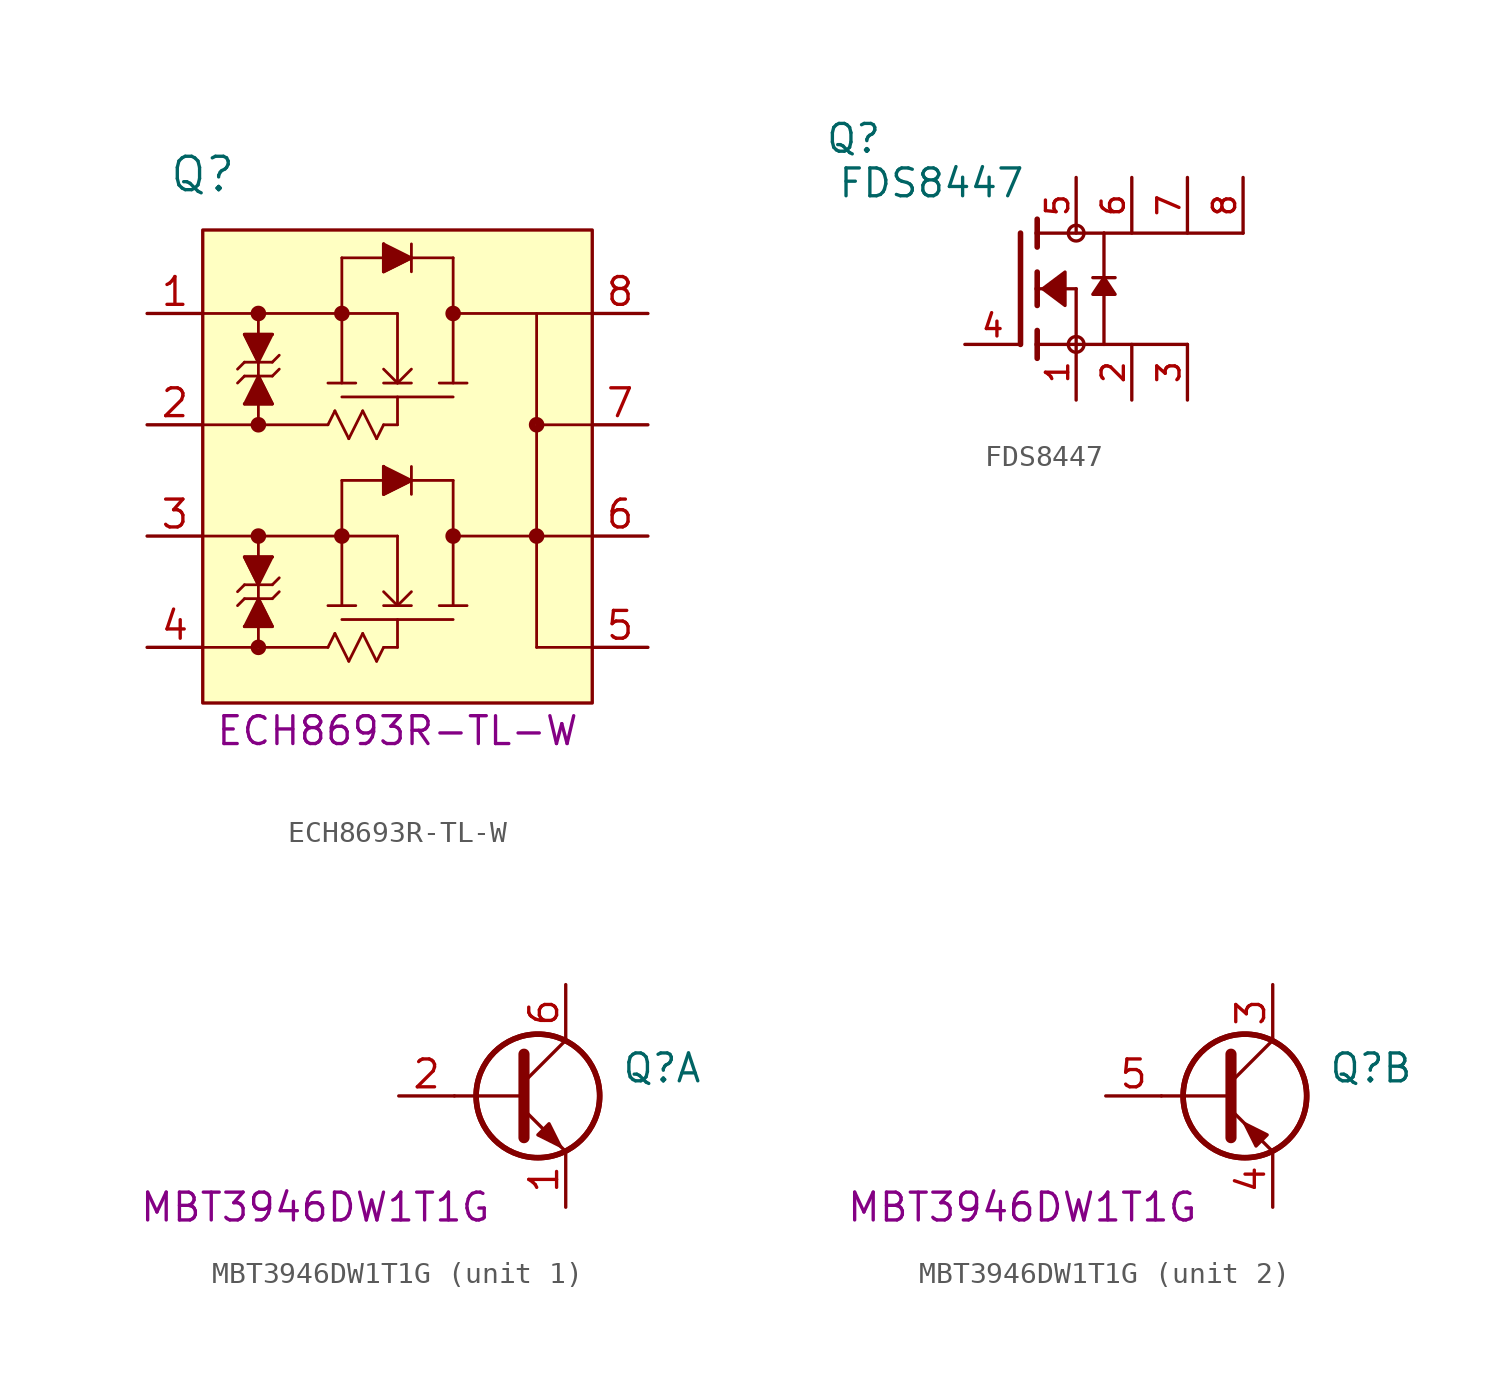
<source format=kicad_sym>
(kicad_symbol_lib
  (version 20241209)
  (generator "kicad_symbol_editor")
  (generator_version "9.0")
  (symbol "ECH8693R-TL-W"
    (pin_names
      (offset 0.254))
    (property "Reference" "Q"
      (at 2.54 6.35 0)
      (effects (font (size 1.524 1.524))))
    (property "PartNumber" "ECH8693R-TL-W"
      (at 11.43 -19.05 0)
      (effects (font (size 1.27 1.27))))
    (symbol "ECH8693R-TL-W_0_1"
      (polyline (pts (xy 2.54 0) (xy 11.43 0)) (stroke (width 0.127) (type default)) (fill (type none)))
      (polyline (pts (xy 2.54 -10.16) (xy 11.43 -10.16)) (stroke (width 0.127) (type default)) (fill (type none)))
      (polyline (pts (xy 4.445 -2.223) (xy 4.128 -2.54)) (stroke (width 0.127) (type default)) (fill (type none)))
      (polyline (pts (xy 4.445 -2.857) (xy 4.128 -3.175)) (stroke (width 0.127) (type default)) (fill (type none)))
      (polyline (pts (xy 4.445 -2.857) (xy 5.715 -2.857)) (stroke (width 0.127) (type default)) (fill (type none)))
      (polyline (pts (xy 4.445 -4.128) (xy 5.08 -2.857)) (stroke (width 0.127) (type default)) (fill (type none)))
      (polyline (pts (xy 4.445 -4.128) (xy 5.715 -4.128)) (stroke (width 0.127) (type default)) (fill (type none)))
      (polyline (pts (xy 4.445 -4.128) (xy 5.715 -4.128) (xy 5.08 -2.857)) (stroke (width 0) (type default)) (fill (type outline)))
      (polyline (pts (xy 4.445 -12.383) (xy 4.128 -12.7)) (stroke (width 0.127) (type default)) (fill (type none)))
      (polyline (pts (xy 4.445 -13.018) (xy 4.128 -13.335)) (stroke (width 0.127) (type default)) (fill (type none)))
      (polyline (pts (xy 4.445 -13.018) (xy 5.715 -13.018)) (stroke (width 0.127) (type default)) (fill (type none)))
      (polyline (pts (xy 4.445 -14.287) (xy 5.08 -13.018)) (stroke (width 0.127) (type default)) (fill (type none)))
      (polyline (pts (xy 4.445 -14.287) (xy 5.715 -14.287)) (stroke (width 0.127) (type default)) (fill (type none)))
      (polyline (pts (xy 4.445 -14.287) (xy 5.715 -14.287) (xy 5.08 -13.018)) (stroke (width 0) (type default)) (fill (type outline)))
      (polyline (pts (xy 5.08 0) (xy 5.08 -5.08)) (stroke (width 0.127) (type default)) (fill (type none)))
      (circle (center 5.08 0) (radius 0.203) (stroke (width 0.305) (type default)) (fill (type none)))
      (polyline (pts (xy 5.08 -2.223) (xy 4.445 -0.953)) (stroke (width 0.127) (type default)) (fill (type none)))
      (polyline (pts (xy 5.08 -2.857) (xy 5.715 -4.128)) (stroke (width 0.127) (type default)) (fill (type none)))
      (circle (center 5.08 -5.08) (radius 0.203) (stroke (width 0.305) (type default)) (fill (type none)))
      (polyline (pts (xy 5.08 -10.16) (xy 5.08 -15.24)) (stroke (width 0.127) (type default)) (fill (type none)))
      (circle (center 5.08 -10.16) (radius 0.203) (stroke (width 0.305) (type default)) (fill (type none)))
      (polyline (pts (xy 5.08 -12.383) (xy 4.445 -11.113)) (stroke (width 0.127) (type default)) (fill (type none)))
      (polyline (pts (xy 5.08 -13.018) (xy 5.715 -14.287)) (stroke (width 0.127) (type default)) (fill (type none)))
      (circle (center 5.08 -15.24) (radius 0.203) (stroke (width 0.305) (type default)) (fill (type none)))
      (polyline (pts (xy 5.715 -0.953) (xy 4.445 -0.953)) (stroke (width 0.127) (type default)) (fill (type none)))
      (polyline (pts (xy 5.715 -0.953) (xy 5.08 -2.223)) (stroke (width 0.127) (type default)) (fill (type none)))
      (polyline (pts (xy 5.715 -0.953) (xy 4.445 -0.953) (xy 5.08 -2.223)) (stroke (width 0) (type default)) (fill (type outline)))
      (polyline (pts (xy 5.715 -2.223) (xy 4.445 -2.223)) (stroke (width 0.127) (type default)) (fill (type none)))
      (polyline (pts (xy 5.715 -2.223) (xy 6.032 -1.905)) (stroke (width 0.127) (type default)) (fill (type none)))
      (polyline (pts (xy 5.715 -2.857) (xy 6.032 -2.54)) (stroke (width 0.127) (type default)) (fill (type none)))
      (polyline (pts (xy 5.715 -11.113) (xy 4.445 -11.113)) (stroke (width 0.127) (type default)) (fill (type none)))
      (polyline (pts (xy 5.715 -11.113) (xy 5.08 -12.383)) (stroke (width 0.127) (type default)) (fill (type none)))
      (polyline (pts (xy 5.715 -11.113) (xy 4.445 -11.113) (xy 5.08 -12.383)) (stroke (width 0) (type default)) (fill (type outline)))
      (polyline (pts (xy 5.715 -12.383) (xy 4.445 -12.383)) (stroke (width 0.127) (type default)) (fill (type none)))
      (polyline (pts (xy 5.715 -12.383) (xy 6.032 -12.065)) (stroke (width 0.127) (type default)) (fill (type none)))
      (polyline (pts (xy 5.715 -13.018) (xy 6.032 -12.7)) (stroke (width 0.127) (type default)) (fill (type none)))
      (polyline (pts (xy 8.255 -3.175) (xy 9.525 -3.175)) (stroke (width 0.127) (type default)) (fill (type none)))
      (polyline (pts (xy 8.255 -5.08) (xy 2.54 -5.08)) (stroke (width 0.127) (type default)) (fill (type none)))
      (polyline (pts (xy 8.255 -5.08) (xy 8.572 -4.445)) (stroke (width 0.127) (type default)) (fill (type none)))
      (polyline (pts (xy 8.255 -13.335) (xy 9.525 -13.335)) (stroke (width 0.127) (type default)) (fill (type none)))
      (polyline (pts (xy 8.255 -15.24) (xy 2.54 -15.24)) (stroke (width 0.127) (type default)) (fill (type none)))
      (polyline (pts (xy 8.255 -15.24) (xy 8.572 -14.605)) (stroke (width 0.127) (type default)) (fill (type none)))
      (polyline (pts (xy 8.572 -4.445) (xy 9.207 -5.715)) (stroke (width 0.127) (type default)) (fill (type none)))
      (polyline (pts (xy 8.572 -14.605) (xy 9.207 -15.875)) (stroke (width 0.127) (type default)) (fill (type none)))
      (polyline (pts (xy 8.89 2.54) (xy 8.89 -3.175)) (stroke (width 0.127) (type default)) (fill (type none)))
      (polyline (pts (xy 8.89 2.54) (xy 13.97 2.54)) (stroke (width 0.127) (type default)) (fill (type none)))
      (circle (center 8.89 0) (radius 0.203) (stroke (width 0.305) (type default)) (fill (type none)))
      (polyline (pts (xy 8.89 -3.81) (xy 13.97 -3.81)) (stroke (width 0.127) (type default)) (fill (type none)))
      (polyline (pts (xy 8.89 -7.62) (xy 8.89 -13.335)) (stroke (width 0.127) (type default)) (fill (type none)))
      (polyline (pts (xy 8.89 -7.62) (xy 13.97 -7.62)) (stroke (width 0.127) (type default)) (fill (type none)))
      (circle (center 8.89 -10.16) (radius 0.203) (stroke (width 0.305) (type default)) (fill (type none)))
      (polyline (pts (xy 8.89 -13.97) (xy 13.97 -13.97)) (stroke (width 0.127) (type default)) (fill (type none)))
      (polyline (pts (xy 9.207 -5.715) (xy 9.842 -4.445)) (stroke (width 0.127) (type default)) (fill (type none)))
      (polyline (pts (xy 9.207 -15.875) (xy 9.842 -14.605)) (stroke (width 0.127) (type default)) (fill (type none)))
      (polyline (pts (xy 9.842 -4.445) (xy 10.477 -5.715)) (stroke (width 0.127) (type default)) (fill (type none)))
      (polyline (pts (xy 9.842 -14.605) (xy 10.477 -15.875)) (stroke (width 0.127) (type default)) (fill (type none)))
      (polyline (pts (xy 10.477 -5.715) (xy 10.795 -5.08)) (stroke (width 0.127) (type default)) (fill (type none)))
      (polyline (pts (xy 10.477 -15.875) (xy 10.795 -15.24)) (stroke (width 0.127) (type default)) (fill (type none)))
      (polyline (pts (xy 10.795 3.175) (xy 10.795 1.905)) (stroke (width 0.127) (type default)) (fill (type none)))
      (polyline (pts (xy 10.795 3.175) (xy 12.065 2.54)) (stroke (width 0.127) (type default)) (fill (type none)))
      (polyline (pts (xy 10.795 3.175) (xy 10.795 1.905) (xy 12.065 2.54)) (stroke (width 0) (type default)) (fill (type outline)))
      (polyline (pts (xy 10.795 -3.175) (xy 12.065 -3.175)) (stroke (width 0.127) (type default)) (fill (type none)))
      (polyline (pts (xy 10.795 -5.08) (xy 11.43 -5.08)) (stroke (width 0.127) (type default)) (fill (type none)))
      (polyline (pts (xy 10.795 -6.985) (xy 10.795 -8.255)) (stroke (width 0.127) (type default)) (fill (type none)))
      (polyline (pts (xy 10.795 -6.985) (xy 12.065 -7.62)) (stroke (width 0.127) (type default)) (fill (type none)))
      (polyline (pts (xy 10.795 -6.985) (xy 10.795 -8.255) (xy 12.065 -7.62)) (stroke (width 0) (type default)) (fill (type outline)))
      (polyline (pts (xy 10.795 -13.335) (xy 12.065 -13.335)) (stroke (width 0.127) (type default)) (fill (type none)))
      (polyline (pts (xy 10.795 -15.24) (xy 11.43 -15.24)) (stroke (width 0.127) (type default)) (fill (type none)))
      (polyline (pts (xy 11.43 0) (xy 11.43 -3.175)) (stroke (width 0.127) (type default)) (fill (type none)))
      (polyline (pts (xy 11.43 -3.175) (xy 10.795 -2.54)) (stroke (width 0.127) (type default)) (fill (type none)))
      (polyline (pts (xy 11.43 -3.175) (xy 12.065 -2.54)) (stroke (width 0.127) (type default)) (fill (type none)))
      (polyline (pts (xy 11.43 -5.08) (xy 11.43 -3.81)) (stroke (width 0.127) (type default)) (fill (type none)))
      (polyline (pts (xy 11.43 -10.16) (xy 11.43 -13.335)) (stroke (width 0.127) (type default)) (fill (type none)))
      (polyline (pts (xy 11.43 -13.335) (xy 10.795 -12.7)) (stroke (width 0.127) (type default)) (fill (type none)))
      (polyline (pts (xy 11.43 -13.335) (xy 12.065 -12.7)) (stroke (width 0.127) (type default)) (fill (type none)))
      (polyline (pts (xy 11.43 -15.24) (xy 11.43 -13.97)) (stroke (width 0.127) (type default)) (fill (type none)))
      (polyline (pts (xy 12.065 3.175) (xy 12.065 1.905)) (stroke (width 0.127) (type default)) (fill (type none)))
      (polyline (pts (xy 12.065 2.54) (xy 10.795 1.905)) (stroke (width 0.127) (type default)) (fill (type none)))
      (polyline (pts (xy 12.065 -6.985) (xy 12.065 -8.255)) (stroke (width 0.127) (type default)) (fill (type none)))
      (polyline (pts (xy 12.065 -7.62) (xy 10.795 -8.255)) (stroke (width 0.127) (type default)) (fill (type none)))
      (polyline (pts (xy 13.335 -3.175) (xy 14.605 -3.175)) (stroke (width 0.127) (type default)) (fill (type none)))
      (polyline (pts (xy 13.335 -13.335) (xy 14.605 -13.335)) (stroke (width 0.127) (type default)) (fill (type none)))
      (polyline (pts (xy 13.97 2.54) (xy 13.97 -3.175)) (stroke (width 0.127) (type default)) (fill (type none)))
      (polyline (pts (xy 13.97 0) (xy 20.32 0)) (stroke (width 0.127) (type default)) (fill (type none)))
      (circle (center 13.97 0) (radius 0.203) (stroke (width 0.305) (type default)) (fill (type none)))
      (polyline (pts (xy 13.97 -7.62) (xy 13.97 -13.335)) (stroke (width 0.127) (type default)) (fill (type none)))
      (circle (center 13.97 -10.16) (radius 0.203) (stroke (width 0.305) (type default)) (fill (type none)))
      (polyline (pts (xy 17.78 0) (xy 17.78 -15.24)) (stroke (width 0.127) (type default)) (fill (type none)))
      (polyline (pts (xy 17.78 -5.08) (xy 20.32 -5.08)) (stroke (width 0.127) (type default)) (fill (type none)))
      (circle (center 17.78 -5.08) (radius 0.203) (stroke (width 0.305) (type default)) (fill (type none)))
      (circle (center 17.78 -10.16) (radius 0.203) (stroke (width 0.305) (type default)) (fill (type none)))
      (polyline (pts (xy 17.78 -15.24) (xy 20.32 -15.24)) (stroke (width 0.127) (type default)) (fill (type none)))
      (polyline (pts (xy 20.32 -10.16) (xy 13.97 -10.16)) (stroke (width 0.127) (type default)) (fill (type none))))
    (symbol "ECH8693R-TL-W_1_1"
      (rectangle (start 2.54 3.81) (end 20.32 -17.78) (stroke (width 0) (type default)) (fill (type background)))
      (pin passive line (at 0 0 0) (length 2.54) (name "" (effects (font (size 1.27 1.27)))) (number "1" (effects (font (size 1.27 1.27)))))
      (pin passive line (at 0 -5.08 0) (length 2.54) (name "" (effects (font (size 1.27 1.27)))) (number "2" (effects (font (size 1.27 1.27)))))
      (pin passive line (at 0 -10.16 0) (length 2.54) (name "" (effects (font (size 1.27 1.27)))) (number "3" (effects (font (size 1.27 1.27)))))
      (pin passive line (at 0 -15.24 0) (length 2.54) (name "" (effects (font (size 1.27 1.27)))) (number "4" (effects (font (size 1.27 1.27)))))
      (pin passive line (at 22.86 0 180) (length 2.54) (name "" (effects (font (size 1.27 1.27)))) (number "8" (effects (font (size 1.27 1.27)))))
      (pin passive line (at 22.86 -5.08 180) (length 2.54) (name "" (effects (font (size 1.27 1.27)))) (number "7" (effects (font (size 1.27 1.27)))))
      (pin passive line (at 22.86 -10.16 180) (length 2.54) (name "" (effects (font (size 1.27 1.27)))) (number "6" (effects (font (size 1.27 1.27)))))
      (pin passive line (at 22.86 -15.24 180) (length 2.54) (name "" (effects (font (size 1.27 1.27)))) (number "5" (effects (font (size 1.27 1.27)))))))
  (symbol "FDS8447"
    (pin_names
      (hide yes))
    (property "Reference" "Q"
      (at -10.16 11.938 0)
      (effects (font (size 1.27 1.27))))
    (property "Value" "FDS8447"
      (at -6.604 9.906 0)
      (effects (font (size 1.27 1.27))))
    (symbol "FDS8447_0_0"
      (polyline (pts (xy -2.54 7.62) (xy -2.54 2.54)) (stroke (width 0.254) (type default)) (fill (type none)))
      (polyline (pts (xy -1.778 8.255) (xy -1.778 7.62)) (stroke (width 0.254) (type default)) (fill (type none)))
      (polyline (pts (xy -1.778 7.62) (xy -1.778 6.985)) (stroke (width 0.254) (type default)) (fill (type none)))
      (polyline (pts (xy -1.778 7.62) (xy 1.27 7.62)) (stroke (width 0.152) (type default)) (fill (type none)))
      (polyline (pts (xy -1.778 5.842) (xy -1.778 5.08)) (stroke (width 0.254) (type default)) (fill (type none)))
      (polyline (pts (xy -1.778 5.08) (xy -1.778 4.318)) (stroke (width 0.254) (type default)) (fill (type none)))
      (polyline (pts (xy -1.778 5.08) (xy 0 5.08)) (stroke (width 0.152) (type default)) (fill (type none)))
      (polyline (pts (xy -1.778 3.175) (xy -1.778 2.54)) (stroke (width 0.254) (type default)) (fill (type none)))
      (polyline (pts (xy -1.778 2.54) (xy -1.778 1.905)) (stroke (width 0.254) (type default)) (fill (type none)))
      (polyline (pts (xy -1.524 5.08) (xy -0.508 5.842) (xy -0.508 4.318) (xy -1.524 5.08)) (stroke (width 0.152) (type default)) (fill (type outline)))
      (circle (center 0 7.62) (radius 0.359) (stroke (width 0) (type default)) (fill (type none)))
      (polyline (pts (xy 0 5.08) (xy 0 2.54)) (stroke (width 0.152) (type default)) (fill (type none)))
      (circle (center 0 2.54) (radius 0.359) (stroke (width 0) (type default)) (fill (type none)))
      (polyline (pts (xy 0 2.54) (xy -1.778 2.54)) (stroke (width 0.152) (type default)) (fill (type none)))
      (polyline (pts (xy 0 2.54) (xy 1.27 2.54)) (stroke (width 0.152) (type default)) (fill (type none)))
      (polyline (pts (xy 1.27 7.62) (xy 1.27 5.588)) (stroke (width 0.152) (type default)) (fill (type none)))
      (polyline (pts (xy 1.27 5.588) (xy 0.762 5.588)) (stroke (width 0.152) (type default)) (fill (type none)))
      (polyline (pts (xy 1.27 5.588) (xy 1.27 2.54)) (stroke (width 0.152) (type default)) (fill (type none)))
      (polyline (pts (xy 1.27 5.588) (xy 0.762 4.826) (xy 1.778 4.826) (xy 1.27 5.588)) (stroke (width 0.152) (type default)) (fill (type outline)))
      (polyline (pts (xy 1.778 5.588) (xy 1.27 5.588)) (stroke (width 0.152) (type default)) (fill (type none))))
    (symbol "FDS8447_0_1"
      (polyline (pts (xy 1.27 7.62) (xy 7.62 7.62)) (stroke (width 0) (type default)) (fill (type none)))
      (polyline (pts (xy 1.27 2.54) (xy 5.08 2.54)) (stroke (width 0) (type default)) (fill (type none))))
    (symbol "FDS8447_1_0"
      (pin passive line (at -5.08 2.54 0) (length 2.54) (name "G" (effects (font (size 1.016 1.016)))) (number "4" (effects (font (size 1.016 1.016)))))
      (pin passive line (at 0 10.16 270) (length 2.54) (name "D" (effects (font (size 1.016 1.016)))) (number "5" (effects (font (size 1.016 1.016)))))
      (pin passive line (at 0 0 90) (length 2.54) (name "S" (effects (font (size 1.016 1.016)))) (number "1" (effects (font (size 1.016 1.016)))))
      (pin passive line (at 2.54 10.16 270) (length 2.54) (name "D" (effects (font (size 1.016 1.016)))) (number "6" (effects (font (size 1.016 1.016)))))
      (pin passive line (at 2.54 0 90) (length 2.54) (name "S" (effects (font (size 1.016 1.016)))) (number "2" (effects (font (size 1.016 1.016)))))
      (pin passive line (at 5.08 10.16 270) (length 2.54) (name "D" (effects (font (size 1.016 1.016)))) (number "7" (effects (font (size 1.016 1.016)))))
      (pin passive line (at 5.08 0 90) (length 2.54) (name "S" (effects (font (size 1.016 1.016)))) (number "3" (effects (font (size 1.016 1.016)))))
      (pin passive line (at 7.62 10.16 270) (length 2.54) (name "D" (effects (font (size 1.016 1.016)))) (number "8" (effects (font (size 1.016 1.016)))))))
  (symbol "MBT3946DW1T1G"
    (pin_names
      (offset 0)
      (hide yes))
    (property "Reference" "Q"
      (at 5.08 1.27 0)
      (effects (font (size 1.27 1.27)) (justify left)))
    (property "PartNumber" "MBT3946DW1T1G"
      (at -8.89 -5.08 0)
      (effects (font (size 1.27 1.27))))
    (property "ki_locked" ""
      (at 0 0 0)
      (effects (font (size 1.27 1.27))))
    (symbol "MBT3946DW1T1G_0_1"
      (polyline (pts (xy 0.635 0) (xy -2.54 0)) (stroke (width 0) (type default)) (fill (type none)))
      (circle (center 1.27 0) (radius 2.819) (stroke (width 0.254) (type default)) (fill (type none)))
      (circle (center 1.27 0) (radius 2.819) (stroke (width 0.254) (type default)) (fill (type none))))
    (symbol "MBT3946DW1T1G_1_1"
      (polyline (pts (xy 0.635 1.905) (xy 0.635 -1.905) (xy 0.635 -1.905)) (stroke (width 0.508) (type default)) (fill (type none)))
      (polyline (pts (xy 0.635 0.635) (xy 2.54 2.54)) (stroke (width 0) (type default)) (fill (type none)))
      (polyline (pts (xy 0.635 -0.635) (xy 2.54 -2.54) (xy 2.54 -2.54)) (stroke (width 0) (type default)) (fill (type none)))
      (polyline (pts (xy 1.27 -1.778) (xy 1.778 -1.27) (xy 2.286 -2.286) (xy 1.27 -1.778) (xy 1.27 -1.778)) (stroke (width 0) (type default)) (fill (type outline)))
      (pin input line (at -5.08 0 0) (length 2.54) (name "B1" (effects (font (size 1.27 1.27)))) (number "2" (effects (font (size 1.27 1.27)))))
      (pin passive line (at 2.54 5.08 270) (length 2.54) (name "C1" (effects (font (size 1.27 1.27)))) (number "6" (effects (font (size 1.27 1.27)))))
      (pin passive line (at 2.54 -5.08 90) (length 2.54) (name "E1" (effects (font (size 1.27 1.27)))) (number "1" (effects (font (size 1.27 1.27))))))
    (symbol "MBT3946DW1T1G_2_1"
      (polyline (pts (xy 0.635 1.905) (xy 0.635 -1.905) (xy 0.635 -1.905)) (stroke (width 0.508) (type default)) (fill (type none)))
      (polyline (pts (xy 0.635 0.635) (xy 2.54 2.54)) (stroke (width 0) (type default)) (fill (type none)))
      (polyline (pts (xy 0.635 -0.635) (xy 2.54 -2.54) (xy 2.54 -2.54)) (stroke (width 0) (type default)) (fill (type none)))
      (polyline (pts (xy 2.286 -1.778) (xy 1.778 -2.286) (xy 1.27 -1.27) (xy 2.286 -1.778) (xy 2.286 -1.778)) (stroke (width 0) (type default)) (fill (type outline)))
      (pin input line (at -5.08 0 0) (length 2.54) (name "B2" (effects (font (size 1.27 1.27)))) (number "5" (effects (font (size 1.27 1.27)))))
      (pin passive line (at 2.54 5.08 270) (length 2.54) (name "C2" (effects (font (size 1.27 1.27)))) (number "3" (effects (font (size 1.27 1.27)))))
      (pin passive line (at 2.54 -5.08 90) (length 2.54) (name "E2" (effects (font (size 1.27 1.27)))) (number "4" (effects (font (size 1.27 1.27))))))))
</source>
